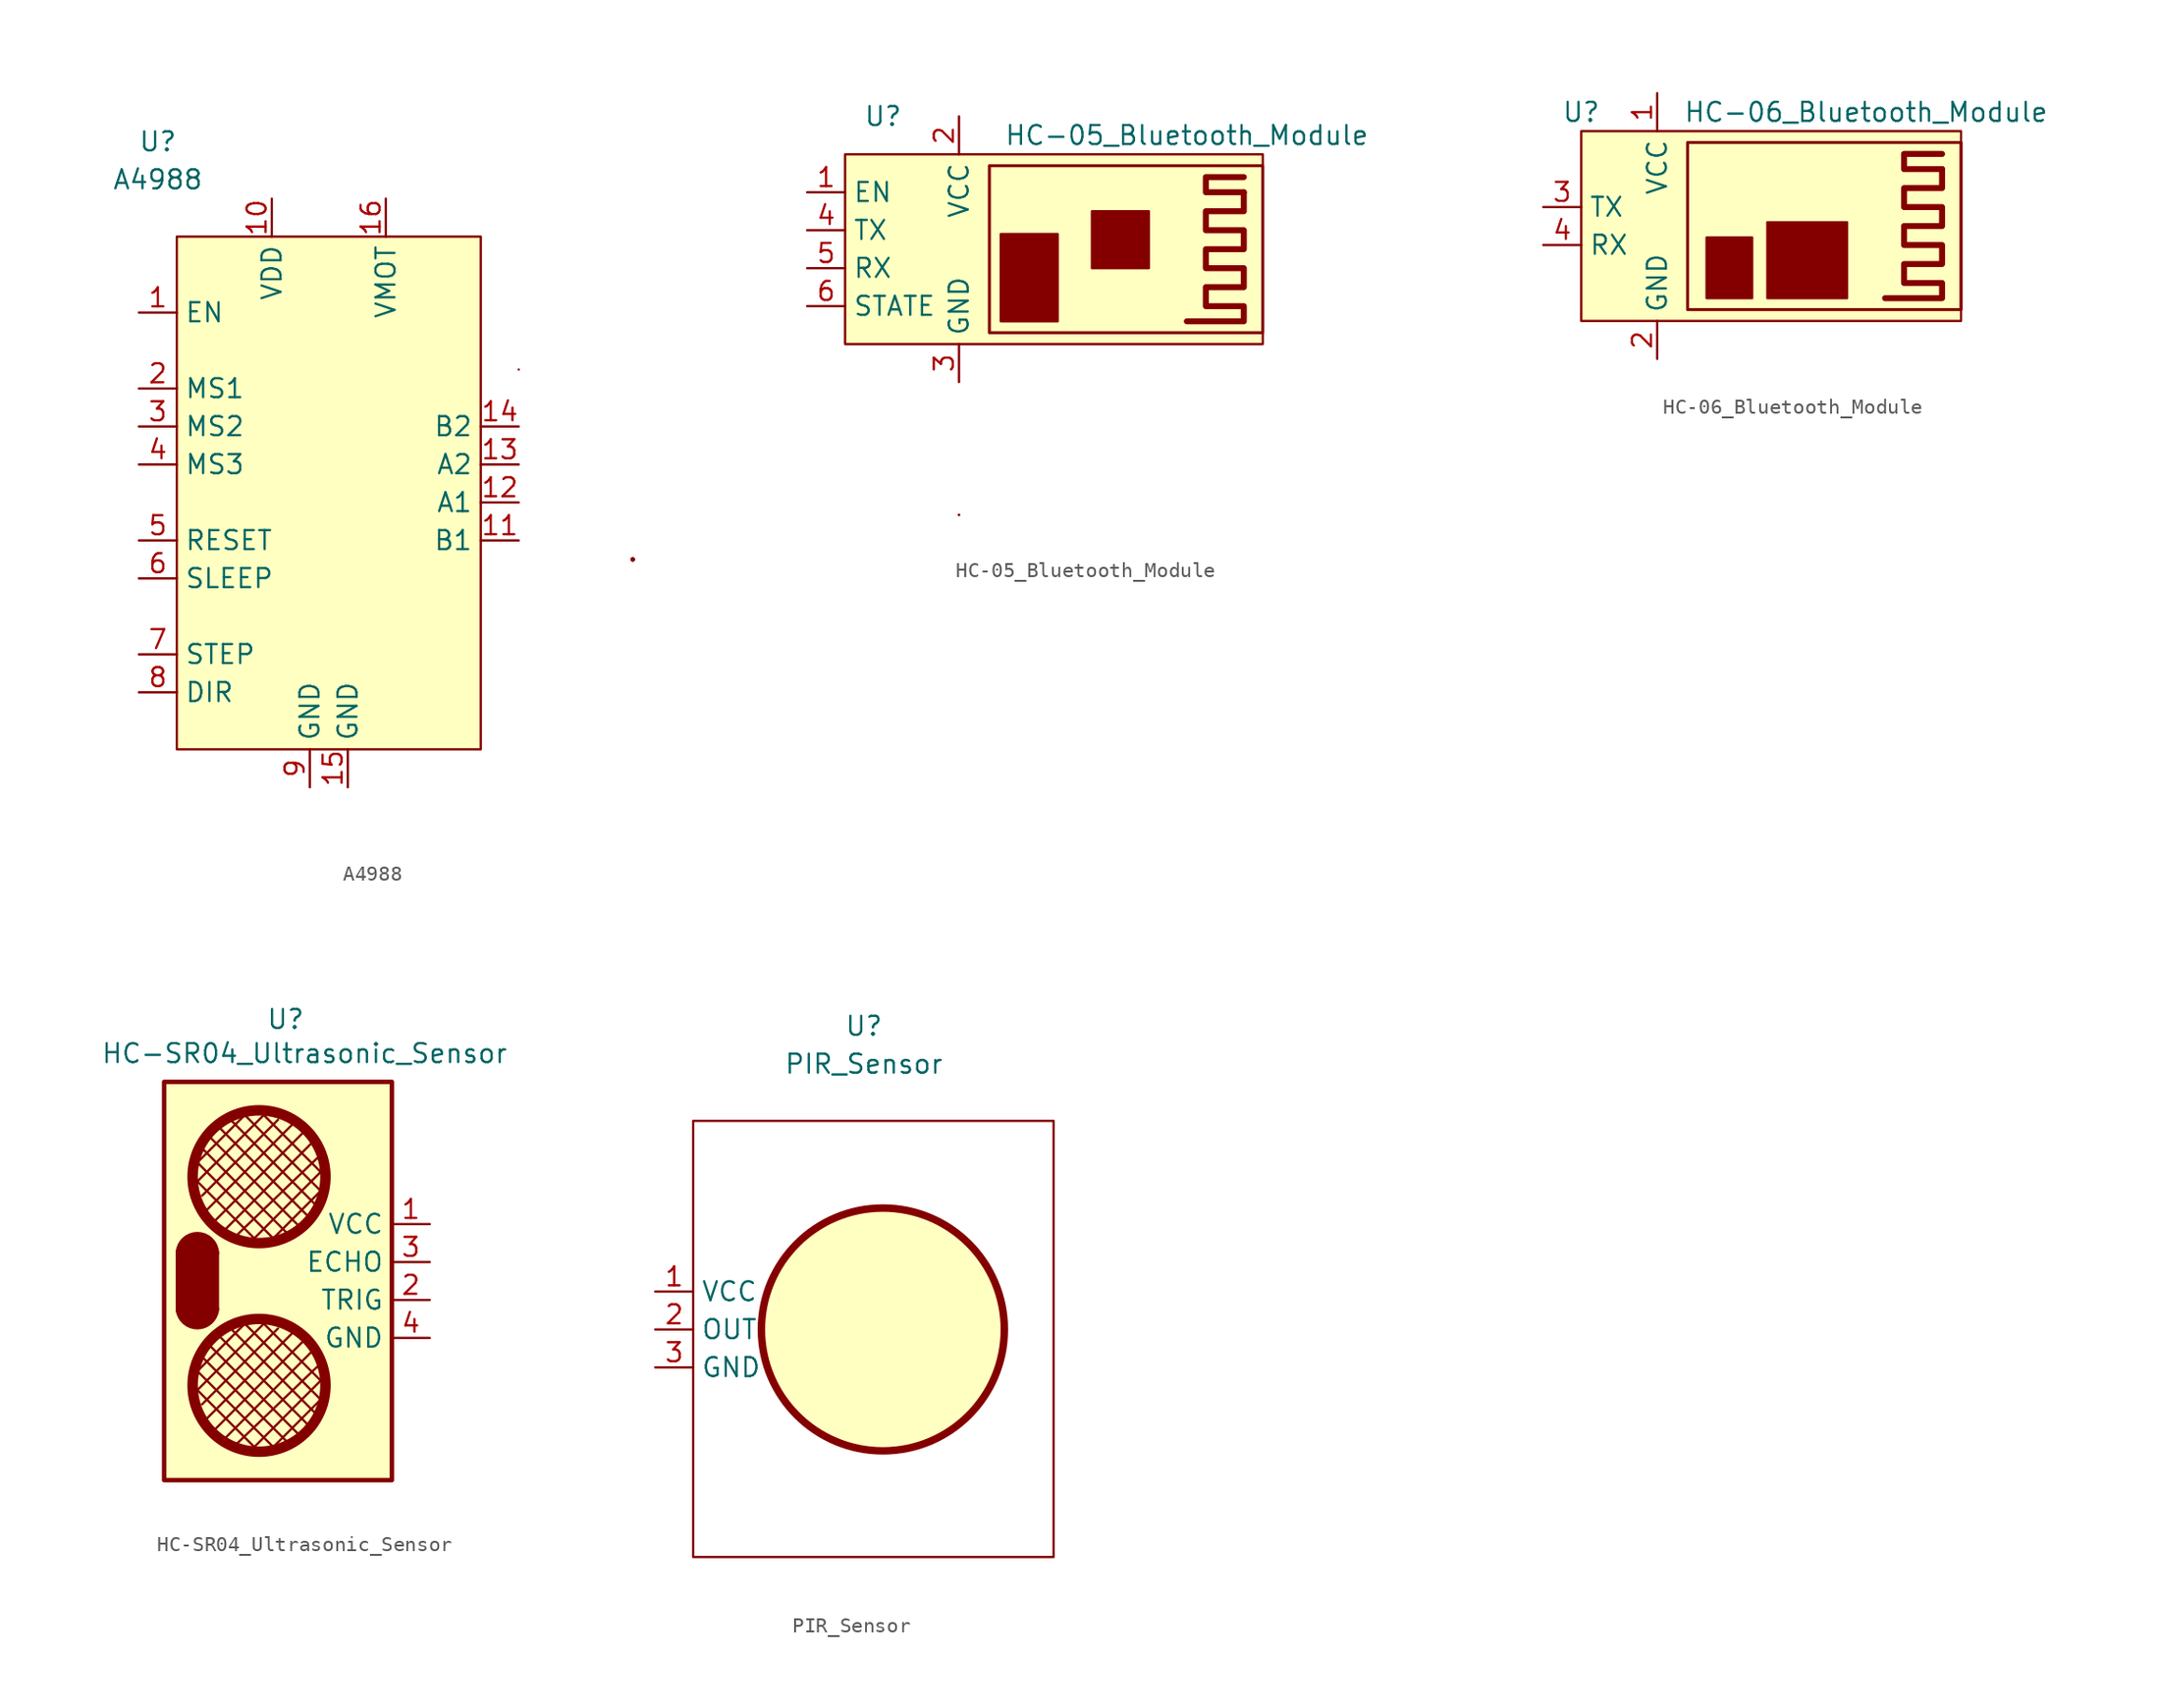
<source format=kicad_sym>
(kicad_symbol_lib
  (version 20220914)
  (generator kicad_symbol_editor)
  (symbol "A4988"
    (property "Reference" "U"
      (at -11.43 22.86 0)
      (effects (font (size 1.27 1.27))))
    (property "Value" "A4988"
      (at -11.43 20.32 0)
      (effects (font (size 1.27 1.27))))
    (symbol "A4988_0_1"
      (rectangle (start -10.16 16.51) (end 10.16 -17.78) (stroke (width 0) (type default)) (fill (type background)))
      (rectangle (start 12.7 7.62) (end 12.7 7.62) (stroke (width 0) (type default)) (fill (type none)))
      (rectangle (start 20.32 -5.08) (end 20.32 -5.08) (stroke (width 0) (type default)) (fill (type none)))
      (circle (center 20.32 -5.08) (radius 0.0001) (stroke (width 0) (type default)) (fill (type none)))
      (circle (center 20.32 -5.08) (radius 0.0001) (stroke (width 0) (type default)) (fill (type none))))
    (symbol "A4988_1_1"
      (pin bidirectional line (at -12.7 11.43 0) (length 2.54) (name "EN" (effects (font (size 1.27 1.27)))) (number "1" (effects (font (size 1.27 1.27)))))
      (pin power_in line (at -3.81 19.05 270) (length 2.54) (name "VDD" (effects (font (size 1.27 1.27)))) (number "10" (effects (font (size 1.27 1.27)))))
      (pin bidirectional line (at 12.7 -3.81 180) (length 2.54) (name "B1" (effects (font (size 1.27 1.27)))) (number "11" (effects (font (size 1.27 1.27)))))
      (pin bidirectional line (at 12.7 -1.27 180) (length 2.54) (name "A1" (effects (font (size 1.27 1.27)))) (number "12" (effects (font (size 1.27 1.27)))))
      (pin bidirectional line (at 12.7 1.27 180) (length 2.54) (name "A2" (effects (font (size 1.27 1.27)))) (number "13" (effects (font (size 1.27 1.27)))))
      (pin bidirectional line (at 12.7 3.81 180) (length 2.54) (name "B2" (effects (font (size 1.27 1.27)))) (number "14" (effects (font (size 1.27 1.27)))))
      (pin power_in line (at 1.27 -20.32 90) (length 2.54) (name "GND" (effects (font (size 1.27 1.27)))) (number "15" (effects (font (size 1.27 1.27)))))
      (pin power_in line (at 3.81 19.05 270) (length 2.54) (name "VMOT" (effects (font (size 1.27 1.27)))) (number "16" (effects (font (size 1.27 1.27)))))
      (pin bidirectional line (at -12.7 6.35 0) (length 2.54) (name "MS1" (effects (font (size 1.27 1.27)))) (number "2" (effects (font (size 1.27 1.27)))))
      (pin bidirectional line (at -12.7 3.81 0) (length 2.54) (name "MS2" (effects (font (size 1.27 1.27)))) (number "3" (effects (font (size 1.27 1.27)))))
      (pin bidirectional line (at -12.7 1.27 0) (length 2.54) (name "MS3" (effects (font (size 1.27 1.27)))) (number "4" (effects (font (size 1.27 1.27)))))
      (pin bidirectional line (at -12.7 -3.81 0) (length 2.54) (name "RESET" (effects (font (size 1.27 1.27)))) (number "5" (effects (font (size 1.27 1.27)))))
      (pin bidirectional line (at -12.7 -6.35 0) (length 2.54) (name "SLEEP" (effects (font (size 1.27 1.27)))) (number "6" (effects (font (size 1.27 1.27)))))
      (pin bidirectional line (at -12.7 -11.43 0) (length 2.54) (name "STEP" (effects (font (size 1.27 1.27)))) (number "7" (effects (font (size 1.27 1.27)))))
      (pin bidirectional line (at -12.7 -13.97 0) (length 2.54) (name "DIR" (effects (font (size 1.27 1.27)))) (number "8" (effects (font (size 1.27 1.27)))))
      (pin power_in line (at -1.27 -20.32 90) (length 2.54) (name "GND" (effects (font (size 1.27 1.27)))) (number "9" (effects (font (size 1.27 1.27)))))))
  (symbol "HC-05_Bluetooth_Module"
    (property "Reference" "U"
      (at -6.35 8.89 0)
      (effects (font (size 1.27 1.27))))
    (property "Value" "HC-05_Bluetooth_Module"
      (at 13.97 7.62 0)
      (effects (font (size 1.27 1.27))))
    (symbol "HC-05_Bluetooth_Module_0_1"
      (rectangle (start -8.89 6.35) (end 19.05 -6.35) (stroke (width 0) (type default)) (fill (type background)))
      (rectangle (start -1.27 -17.78) (end -1.27 -17.78) (stroke (width 0) (type default)) (fill (type none)))
      (rectangle (start -1.27 -17.78) (end -1.27 -17.78) (stroke (width 0) (type default)) (fill (type none)))
      (polyline (pts (xy 17.78 3.81) (xy 15.24 3.81) (xy 15.24 4.826) (xy 17.78 4.826)) (stroke (width 0.4) (type default)) (fill (type none)))
      (polyline (pts (xy 17.78 3.81) (xy 17.78 2.54) (xy 15.24 2.54) (xy 15.24 1.27) (xy 17.78 1.27) (xy 17.78 0) (xy 15.24 0) (xy 15.24 -1.27) (xy 17.78 -1.27) (xy 17.78 -2.54) (xy 15.24 -2.54) (xy 15.24 -3.81) (xy 17.78 -3.81) (xy 17.78 -4.826) (xy 13.97 -4.826)) (stroke (width 0.4) (type default)) (fill (type none)))
      (rectangle (start 0.762 5.588) (end 19.05 -5.588) (stroke (width 0.2) (type default)) (fill (type background)))
      (rectangle (start 1.524 1.016) (end 5.334 -4.826) (stroke (width 0) (type default)) (fill (type outline)))
      (rectangle (start 7.62 2.54) (end 11.43 -1.27) (stroke (width 0) (type default)) (fill (type outline))))
    (symbol "HC-05_Bluetooth_Module_1_1"
      (pin bidirectional line (at -11.43 3.81 0) (length 2.54) (name "EN" (effects (font (size 1.27 1.27)))) (number "1" (effects (font (size 1.27 1.27)))))
      (pin power_in line (at -1.27 8.89 270) (length 2.54) (name "VCC" (effects (font (size 1.27 1.27)))) (number "2" (effects (font (size 1.27 1.27)))))
      (pin power_in line (at -1.27 -8.89 90) (length 2.54) (name "GND" (effects (font (size 1.27 1.27)))) (number "3" (effects (font (size 1.27 1.27)))))
      (pin output line (at -11.43 1.27 0) (length 2.54) (name "TX" (effects (font (size 1.27 1.27)))) (number "4" (effects (font (size 1.27 1.27)))))
      (pin input line (at -11.43 -1.27 0) (length 2.54) (name "RX" (effects (font (size 1.27 1.27)))) (number "5" (effects (font (size 1.27 1.27)))))
      (pin bidirectional line (at -11.43 -3.81 0) (length 2.54) (name "STATE" (effects (font (size 1.27 1.27)))) (number "6" (effects (font (size 1.27 1.27)))))))
  (symbol "HC-06_Bluetooth_Module"
    (property "Reference" "U"
      (at -6.35 7.62 0)
      (effects (font (size 1.27 1.27))))
    (property "Value" "HC-06_Bluetooth_Module"
      (at 12.7 7.62 0)
      (effects (font (size 1.27 1.27))))
    (symbol "HC-06_Bluetooth_Module_0_1"
      (rectangle (start -6.35 6.35) (end 19.05 -6.35) (stroke (width 0) (type default)) (fill (type background)))
      (polyline (pts (xy 17.78 3.81) (xy 15.24 3.81) (xy 15.24 4.826) (xy 17.78 4.826)) (stroke (width 0.4) (type default)) (fill (type none)))
      (polyline (pts (xy 17.78 3.81) (xy 17.78 2.54) (xy 15.24 2.54) (xy 15.24 1.27) (xy 17.78 1.27) (xy 17.78 0) (xy 15.24 0) (xy 15.24 -1.27) (xy 17.78 -1.27) (xy 17.78 -2.54) (xy 15.24 -2.54) (xy 15.24 -3.81) (xy 17.78 -3.81) (xy 17.78 -4.826) (xy 13.97 -4.826)) (stroke (width 0.4) (type default)) (fill (type none)))
      (rectangle (start 0.762 5.588) (end 19.05 -5.588) (stroke (width 0.2) (type default)) (fill (type background)))
      (rectangle (start 2.032 -0.762) (end 5.08 -4.826) (stroke (width 0) (type default)) (fill (type outline)))
      (rectangle (start 6.096 0.254) (end 11.43 -4.826) (stroke (width 0) (type default)) (fill (type outline))))
    (symbol "HC-06_Bluetooth_Module_1_1"
      (pin power_in line (at -1.27 8.89 270) (length 2.54) (name "VCC" (effects (font (size 1.27 1.27)))) (number "1" (effects (font (size 1.27 1.27)))))
      (pin power_in line (at -1.27 -8.89 90) (length 2.54) (name "GND" (effects (font (size 1.27 1.27)))) (number "2" (effects (font (size 1.27 1.27)))))
      (pin output line (at -8.89 1.27 0) (length 2.54) (name "TX" (effects (font (size 1.27 1.27)))) (number "3" (effects (font (size 1.27 1.27)))))
      (pin input line (at -8.89 -1.27 0) (length 2.54) (name "RX" (effects (font (size 1.27 1.27)))) (number "4" (effects (font (size 1.27 1.27)))))))
  (symbol "HC-SR04_Ultrasonic_Sensor"
    (property "Reference" "U"
      (at -7.112 17.526 0)
      (effects (font (size 1.27 1.27))))
    (property "Value" "HC-SR04_Ultrasonic_Sensor"
      (at -5.842 15.24 0)
      (effects (font (size 1.27 1.27))))
    (symbol "HC-SR04_Ultrasonic_Sensor_0_1"
      (rectangle (start -15.24 13.335) (end 0 -13.335) (stroke (width 0.3) (type default)) (fill (type background)))
      (arc (start -13.97 -1.905) (mid -13.0175 -2.7425) (end -12.065 -1.905) (stroke (width 1) (type default)) (fill (type none)))
      (arc (start -12.065 1.905) (mid -13.0175 2.7909) (end -13.97 1.905) (stroke (width 1) (type default)) (fill (type none)))
      (circle (center -8.89 -6.985) (radius 4.445) (stroke (width 0.7) (type default)) (fill (type none)))
      (circle (center -8.89 6.985) (radius 4.445) (stroke (width 0.7) (type default)) (fill (type background)))
      (polyline (pts (xy -13.335 -6.985) (xy -8.89 -11.43)) (stroke (width 0) (type default)) (fill (type none)))
      (polyline (pts (xy -13.335 -5.715) (xy -7.62 -11.43)) (stroke (width 0) (type default)) (fill (type none)))
      (polyline (pts (xy -13.335 6.985) (xy -8.89 2.54)) (stroke (width 0) (type default)) (fill (type none)))
      (polyline (pts (xy -13.335 8.255) (xy -7.62 2.54)) (stroke (width 0) (type default)) (fill (type none)))
      (polyline (pts (xy -13.208 -1.778) (xy -13.208 1.524)) (stroke (width 2) (type default)) (fill (type none)))
      (polyline (pts (xy -12.7 -5.08) (xy -6.985 -10.795)) (stroke (width 0) (type default)) (fill (type none)))
      (polyline (pts (xy -12.7 8.89) (xy -6.985 3.175)) (stroke (width 0) (type default)) (fill (type none)))
      (polyline (pts (xy -12.446 -4.064) (xy -6.096 -10.414)) (stroke (width 0) (type default)) (fill (type none)))
      (polyline (pts (xy -12.446 9.906) (xy -6.096 3.556)) (stroke (width 0) (type default)) (fill (type none)))
      (polyline (pts (xy -12.065 -10.16) (xy -5.715 -3.81)) (stroke (width 0) (type default)) (fill (type none)))
      (polyline (pts (xy -12.065 3.81) (xy -5.715 10.16)) (stroke (width 0) (type default)) (fill (type none)))
      (polyline (pts (xy -11.684 -3.556) (xy -5.334 -9.906)) (stroke (width 0) (type default)) (fill (type none)))
      (polyline (pts (xy -11.684 10.414) (xy -5.334 4.064)) (stroke (width 0) (type default)) (fill (type none)))
      (polyline (pts (xy -10.795 -3.175) (xy -5.08 -8.89)) (stroke (width 0) (type default)) (fill (type none)))
      (polyline (pts (xy -10.795 10.795) (xy -5.08 5.08)) (stroke (width 0) (type default)) (fill (type none)))
      (polyline (pts (xy -10.16 -2.54) (xy -4.445 -8.255)) (stroke (width 0) (type default)) (fill (type none)))
      (polyline (pts (xy -10.16 11.43) (xy -4.445 5.715)) (stroke (width 0) (type default)) (fill (type none)))
      (polyline (pts (xy -9.525 -2.54) (xy -13.335 -6.35)) (stroke (width 0) (type default)) (fill (type none)))
      (polyline (pts (xy -9.525 11.43) (xy -13.335 7.62)) (stroke (width 0) (type default)) (fill (type none)))
      (polyline (pts (xy -8.89 -2.54) (xy -4.445 -6.985)) (stroke (width 0) (type default)) (fill (type none)))
      (polyline (pts (xy -8.89 11.43) (xy -4.445 6.985)) (stroke (width 0) (type default)) (fill (type none)))
      (polyline (pts (xy -8.255 -2.54) (xy -13.335 -7.62)) (stroke (width 0) (type default)) (fill (type none)))
      (polyline (pts (xy -8.255 11.43) (xy -13.335 6.35)) (stroke (width 0) (type default)) (fill (type none)))
      (polyline (pts (xy -7.62 -3.175) (xy -12.7 -8.255)) (stroke (width 0) (type default)) (fill (type none)))
      (polyline (pts (xy -7.62 10.795) (xy -12.7 5.715)) (stroke (width 0) (type default)) (fill (type none)))
      (polyline (pts (xy -6.35 -3.175) (xy -12.7 -9.525)) (stroke (width 0) (type default)) (fill (type none)))
      (polyline (pts (xy -6.35 10.795) (xy -12.7 4.445)) (stroke (width 0) (type default)) (fill (type none)))
      (polyline (pts (xy -5.08 -4.445) (xy -11.43 -10.795)) (stroke (width 0) (type default)) (fill (type none)))
      (polyline (pts (xy -5.08 9.525) (xy -11.43 3.175)) (stroke (width 0) (type default)) (fill (type none)))
      (polyline (pts (xy -4.572 -5.334) (xy -10.668 -11.176)) (stroke (width 0) (type default)) (fill (type none)))
      (polyline (pts (xy -4.572 8.636) (xy -10.668 2.794)) (stroke (width 0) (type default)) (fill (type none)))
      (polyline (pts (xy -4.445 -7.62) (xy -8.255 -11.43)) (stroke (width 0) (type default)) (fill (type none)))
      (polyline (pts (xy -4.445 -6.35) (xy -9.525 -11.43)) (stroke (width 0) (type default)) (fill (type none)))
      (polyline (pts (xy -4.445 6.35) (xy -8.255 2.54)) (stroke (width 0) (type default)) (fill (type none)))
      (polyline (pts (xy -4.445 7.62) (xy -9.525 2.54)) (stroke (width 0) (type default)) (fill (type none)))
      (polyline (pts (xy -13.97 1.905) (xy -13.97 -1.905) (xy -12.065 -1.905) (xy -12.065 1.905) (xy -13.97 1.905)) (stroke (width 1) (type default)) (fill (type none))))
    (symbol "HC-SR04_Ultrasonic_Sensor_1_1"
      (pin power_in line (at 2.54 3.81 180) (length 2.54) (name "VCC" (effects (font (size 1.27 1.27)))) (number "1" (effects (font (size 1.27 1.27)))))
      (pin input line (at 2.54 -1.27 180) (length 2.54) (name "TRIG" (effects (font (size 1.27 1.27)))) (number "2" (effects (font (size 1.27 1.27)))))
      (pin output line (at 2.54 1.27 180) (length 2.54) (name "ECHO" (effects (font (size 1.27 1.27)))) (number "3" (effects (font (size 1.27 1.27)))))
      (pin power_in line (at 2.54 -3.81 180) (length 2.54) (name "GND" (effects (font (size 1.27 1.27)))) (number "4" (effects (font (size 1.27 1.27)))))))
  (symbol "PIR_Sensor"
    (property "Reference" "U"
      (at -1.27 20.32 0)
      (effects (font (size 1.27 1.27))))
    (property "Value" "PIR_Sensor"
      (at -1.27 17.78 0)
      (effects (font (size 1.27 1.27))))
    (symbol "PIR_Sensor_0_1"
      (rectangle (start -12.7 13.97) (end 11.43 -15.24) (stroke (width 0) (type default)) (fill (type none)))
      (circle (center 0 0) (radius 8.132) (stroke (width 0.5) (type default)) (fill (type background))))
    (symbol "PIR_Sensor_1_1"
      (pin power_in line (at -15.24 2.54 0) (length 2.54) (name "VCC" (effects (font (size 1.27 1.27)))) (number "1" (effects (font (size 1.27 1.27)))))
      (pin output line (at -15.24 0 0) (length 2.54) (name "OUT" (effects (font (size 1.27 1.27)))) (number "2" (effects (font (size 1.27 1.27)))))
      (pin power_in line (at -15.24 -2.54 0) (length 2.54) (name "GND" (effects (font (size 1.27 1.27)))) (number "3" (effects (font (size 1.27 1.27))))))))
</source>
